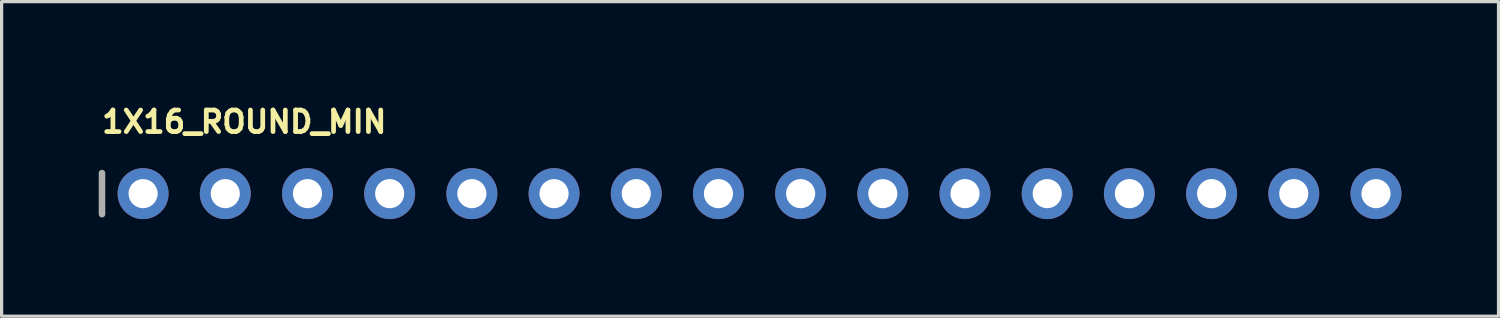
<source format=kicad_pcb>
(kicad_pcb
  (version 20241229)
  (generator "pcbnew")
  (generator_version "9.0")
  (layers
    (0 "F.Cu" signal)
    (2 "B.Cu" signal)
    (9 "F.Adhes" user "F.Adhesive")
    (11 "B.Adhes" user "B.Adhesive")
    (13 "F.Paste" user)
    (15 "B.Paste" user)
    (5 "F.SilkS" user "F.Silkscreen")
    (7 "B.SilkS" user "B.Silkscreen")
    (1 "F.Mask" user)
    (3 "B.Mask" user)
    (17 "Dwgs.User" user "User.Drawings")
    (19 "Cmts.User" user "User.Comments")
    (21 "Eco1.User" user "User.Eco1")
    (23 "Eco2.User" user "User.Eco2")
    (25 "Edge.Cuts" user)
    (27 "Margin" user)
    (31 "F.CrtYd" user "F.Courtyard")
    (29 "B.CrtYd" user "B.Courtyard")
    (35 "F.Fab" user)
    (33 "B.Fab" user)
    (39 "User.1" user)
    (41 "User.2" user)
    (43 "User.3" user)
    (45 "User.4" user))
  (footprint "1X16_ROUND_MIN"
    (layer "F.Cu")
    (at 20.422 2.934)
    (property "Reference" "1X16_ROUND_MIN" (at -20.396 -1.829 0) (layer "F.SilkS") (effects (font (size 0.666 0.666) (thickness 0.146)) (justify left bottom)))
    (fp_line (start -20.32 -0.635) (end -20.32 0.635) (stroke (width 0.203) (type solid)) (layer "F.Fab"))
    (fp_poly (pts (xy -19.304 0.254) (xy -18.796 0.254) (xy -18.796 -0.254) (xy -19.304 -0.254)) (stroke (width 0.1) (type default)) (fill no) (layer "F.Fab"))
    (fp_poly (pts (xy -16.764 0.254) (xy -16.256 0.254) (xy -16.256 -0.254) (xy -16.764 -0.254)) (stroke (width 0.1) (type default)) (fill no) (layer "F.Fab"))
    (fp_poly (pts (xy -14.224 0.254) (xy -13.716 0.254) (xy -13.716 -0.254) (xy -14.224 -0.254)) (stroke (width 0.1) (type default)) (fill no) (layer "F.Fab"))
    (fp_poly (pts (xy -11.684 0.254) (xy -11.176 0.254) (xy -11.176 -0.254) (xy -11.684 -0.254)) (stroke (width 0.1) (type default)) (fill no) (layer "F.Fab"))
    (fp_poly (pts (xy -9.144 0.254) (xy -8.636 0.254) (xy -8.636 -0.254) (xy -9.144 -0.254)) (stroke (width 0.1) (type default)) (fill no) (layer "F.Fab"))
    (fp_poly (pts (xy -6.604 0.254) (xy -6.096 0.254) (xy -6.096 -0.254) (xy -6.604 -0.254)) (stroke (width 0.1) (type default)) (fill no) (layer "F.Fab"))
    (fp_poly (pts (xy -4.064 0.254) (xy -3.556 0.254) (xy -3.556 -0.254) (xy -4.064 -0.254)) (stroke (width 0.1) (type default)) (fill no) (layer "F.Fab"))
    (fp_poly (pts (xy -1.524 0.254) (xy -1.016 0.254) (xy -1.016 -0.254) (xy -1.524 -0.254)) (stroke (width 0.1) (type default)) (fill no) (layer "F.Fab"))
    (fp_poly (pts (xy 1.016 0.254) (xy 1.524 0.254) (xy 1.524 -0.254) (xy 1.016 -0.254)) (stroke (width 0.1) (type default)) (fill no) (layer "F.Fab"))
    (fp_poly (pts (xy 3.556 0.254) (xy 4.064 0.254) (xy 4.064 -0.254) (xy 3.556 -0.254)) (stroke (width 0.1) (type default)) (fill no) (layer "F.Fab"))
    (fp_poly (pts (xy 6.096 0.254) (xy 6.604 0.254) (xy 6.604 -0.254) (xy 6.096 -0.254)) (stroke (width 0.1) (type default)) (fill no) (layer "F.Fab"))
    (fp_poly (pts (xy 8.636 0.254) (xy 9.144 0.254) (xy 9.144 -0.254) (xy 8.636 -0.254)) (stroke (width 0.1) (type default)) (fill no) (layer "F.Fab"))
    (fp_poly (pts (xy 11.176 0.254) (xy 11.684 0.254) (xy 11.684 -0.254) (xy 11.176 -0.254)) (stroke (width 0.1) (type default)) (fill no) (layer "F.Fab"))
    (fp_poly (pts (xy 13.716 0.254) (xy 14.224 0.254) (xy 14.224 -0.254) (xy 13.716 -0.254)) (stroke (width 0.1) (type default)) (fill no) (layer "F.Fab"))
    (fp_poly (pts (xy 16.256 0.254) (xy 16.764 0.254) (xy 16.764 -0.254) (xy 16.256 -0.254)) (stroke (width 0.1) (type default)) (fill no) (layer "F.Fab"))
    (fp_poly (pts (xy 18.796 0.254) (xy 19.304 0.254) (xy 19.304 -0.254) (xy 18.796 -0.254)) (stroke (width 0.1) (type default)) (fill no) (layer "F.Fab"))
    (pad "1" thru_hole circle (at -19.05 0 90) (size 1.575 1.575) (drill 0.9) (layers "*.Cu" "*.Mask"))
    (pad "2" thru_hole circle (at -16.51 0 90) (size 1.575 1.575) (drill 0.9) (layers "*.Cu" "*.Mask"))
    (pad "3" thru_hole circle (at -13.97 0 90) (size 1.575 1.575) (drill 0.9) (layers "*.Cu" "*.Mask"))
    (pad "4" thru_hole circle (at -11.43 0 90) (size 1.575 1.575) (drill 0.9) (layers "*.Cu" "*.Mask"))
    (pad "5" thru_hole circle (at -8.89 0 90) (size 1.575 1.575) (drill 0.9) (layers "*.Cu" "*.Mask"))
    (pad "6" thru_hole circle (at -6.35 0 90) (size 1.575 1.575) (drill 0.9) (layers "*.Cu" "*.Mask"))
    (pad "7" thru_hole circle (at -3.81 0 90) (size 1.575 1.575) (drill 0.9) (layers "*.Cu" "*.Mask"))
    (pad "8" thru_hole circle (at -1.27 0 90) (size 1.575 1.575) (drill 0.9) (layers "*.Cu" "*.Mask"))
    (pad "9" thru_hole circle (at 1.27 0 90) (size 1.575 1.575) (drill 0.9) (layers "*.Cu" "*.Mask"))
    (pad "10" thru_hole circle (at 3.81 0 90) (size 1.575 1.575) (drill 0.9) (layers "*.Cu" "*.Mask"))
    (pad "11" thru_hole circle (at 6.35 0 90) (size 1.575 1.575) (drill 0.9) (layers "*.Cu" "*.Mask"))
    (pad "12" thru_hole circle (at 8.89 0 90) (size 1.575 1.575) (drill 0.9) (layers "*.Cu" "*.Mask"))
    (pad "13" thru_hole circle (at 11.43 0 90) (size 1.575 1.575) (drill 0.9) (layers "*.Cu" "*.Mask"))
    (pad "14" thru_hole circle (at 13.97 0 90) (size 1.575 1.575) (drill 0.9) (layers "*.Cu" "*.Mask"))
    (pad "15" thru_hole circle (at 16.51 0 90) (size 1.575 1.575) (drill 0.9) (layers "*.Cu" "*.Mask"))
    (pad "16" thru_hole circle (at 19.05 0 90) (size 1.575 1.575) (drill 0.9) (layers "*.Cu" "*.Mask")))
  (gr_rect
    (start -3 -3)
    (end 43.259 6.722)
    (stroke (width 0.1) (type default))
    (fill no)
    (layer "Edge.Cuts")))
</source>
